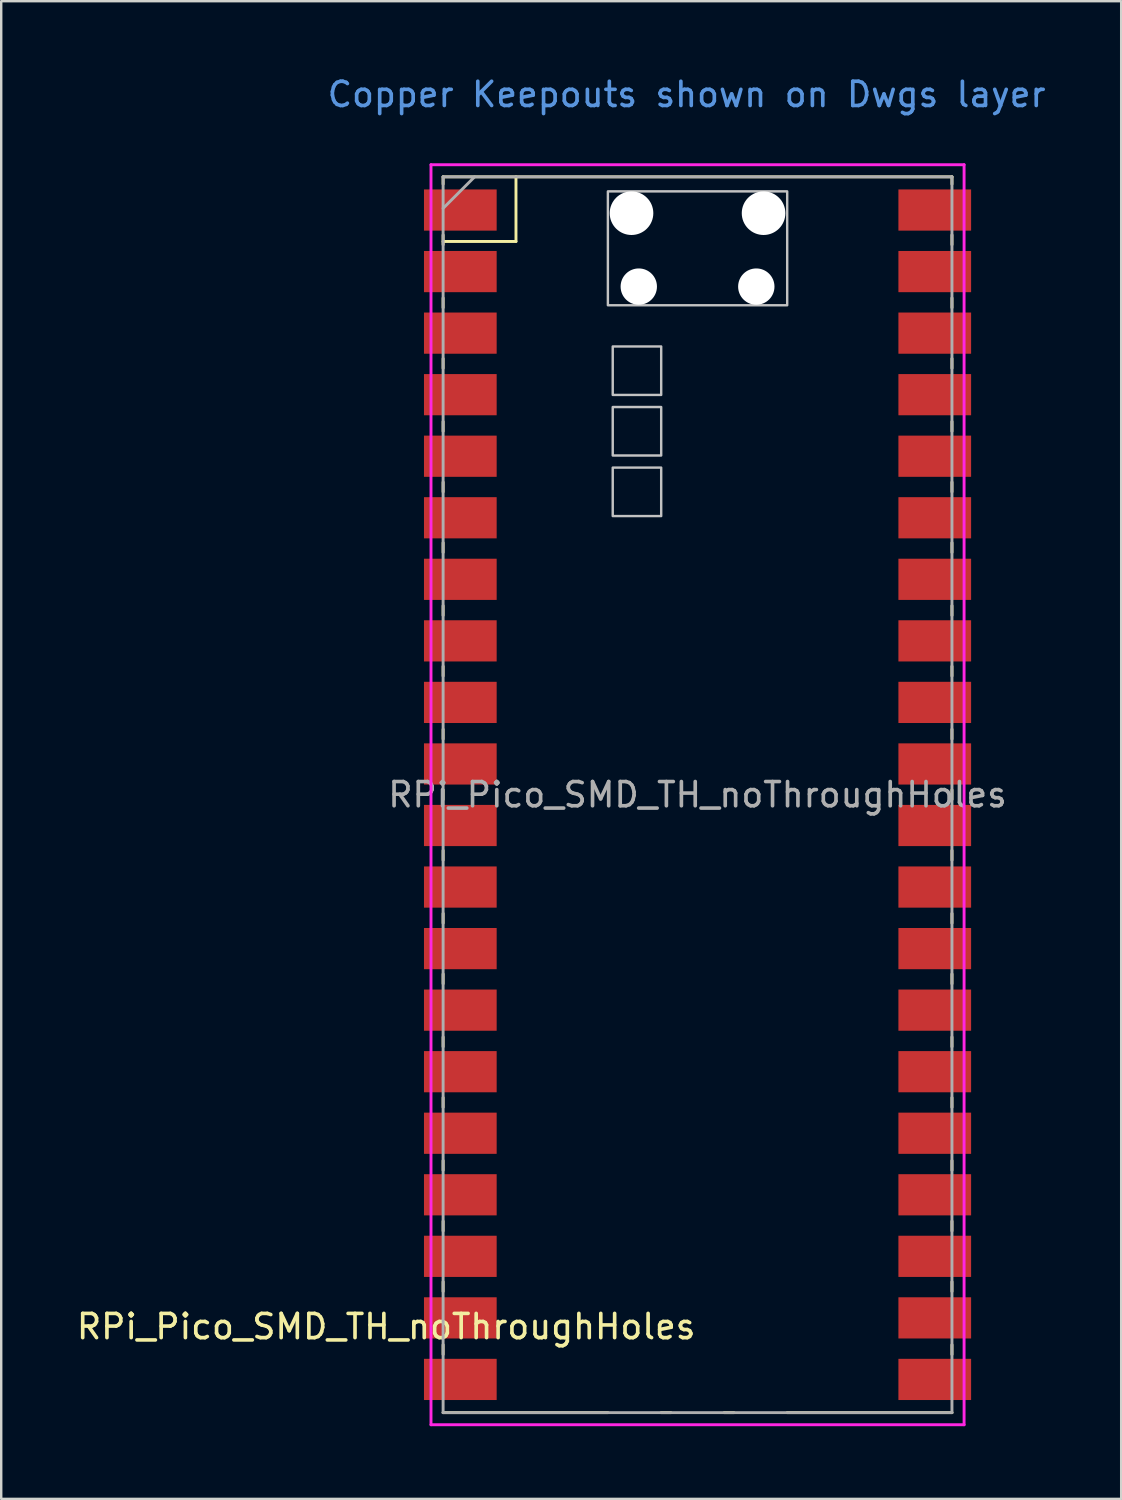
<source format=kicad_pcb>
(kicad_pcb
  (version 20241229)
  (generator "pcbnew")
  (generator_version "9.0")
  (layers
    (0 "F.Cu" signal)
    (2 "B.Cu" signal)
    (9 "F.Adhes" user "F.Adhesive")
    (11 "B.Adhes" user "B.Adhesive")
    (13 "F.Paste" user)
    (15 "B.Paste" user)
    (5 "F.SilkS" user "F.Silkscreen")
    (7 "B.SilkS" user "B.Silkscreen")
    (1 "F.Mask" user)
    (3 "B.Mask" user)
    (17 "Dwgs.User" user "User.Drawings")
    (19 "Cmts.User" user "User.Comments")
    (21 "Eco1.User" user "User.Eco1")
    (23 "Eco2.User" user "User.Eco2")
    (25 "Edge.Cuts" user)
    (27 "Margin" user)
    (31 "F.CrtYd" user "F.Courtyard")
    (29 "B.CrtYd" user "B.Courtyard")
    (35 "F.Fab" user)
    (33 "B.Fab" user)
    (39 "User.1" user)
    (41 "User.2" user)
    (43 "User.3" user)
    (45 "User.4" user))
  (footprint "RPi_Pico_SMD_TH_noThroughHoles"
    (layer "F.Cu")
    (at 25.737 29.748)
    (property "Reference" "RPi_Pico_SMD_TH_noThroughHoles" (at -12.85 21.95 0) (layer "F.SilkS") (effects (font (size 1 1) (thickness 0.15))))
    (attr through_hole)
    (fp_line (start -10.5 -25.5) (end -10.5 -25.2) (stroke (width 0.12) (type solid)) (layer "F.SilkS"))
    (fp_line (start -10.5 -25.5) (end 10.5 -25.5) (stroke (width 0.12) (type solid)) (layer "F.SilkS"))
    (fp_line (start -10.5 -23.1) (end -10.5 -22.7) (stroke (width 0.12) (type solid)) (layer "F.SilkS"))
    (fp_line (start -10.5 -22.833) (end -7.493 -22.833) (stroke (width 0.12) (type solid)) (layer "F.SilkS"))
    (fp_line (start -10.5 -20.5) (end -10.5 -20.1) (stroke (width 0.12) (type solid)) (layer "F.SilkS"))
    (fp_line (start -10.5 -18) (end -10.5 -17.6) (stroke (width 0.12) (type solid)) (layer "F.SilkS"))
    (fp_line (start -10.5 -15.4) (end -10.5 -15) (stroke (width 0.12) (type solid)) (layer "F.SilkS"))
    (fp_line (start -10.5 -12.9) (end -10.5 -12.5) (stroke (width 0.12) (type solid)) (layer "F.SilkS"))
    (fp_line (start -10.5 -10.4) (end -10.5 -10) (stroke (width 0.12) (type solid)) (layer "F.SilkS"))
    (fp_line (start -10.5 -7.8) (end -10.5 -7.4) (stroke (width 0.12) (type solid)) (layer "F.SilkS"))
    (fp_line (start -10.5 -5.3) (end -10.5 -4.9) (stroke (width 0.12) (type solid)) (layer "F.SilkS"))
    (fp_line (start -10.5 -2.7) (end -10.5 -2.3) (stroke (width 0.12) (type solid)) (layer "F.SilkS"))
    (fp_line (start -10.5 -0.2) (end -10.5 0.2) (stroke (width 0.12) (type solid)) (layer "F.SilkS"))
    (fp_line (start -10.5 2.3) (end -10.5 2.7) (stroke (width 0.12) (type solid)) (layer "F.SilkS"))
    (fp_line (start -10.5 4.9) (end -10.5 5.3) (stroke (width 0.12) (type solid)) (layer "F.SilkS"))
    (fp_line (start -10.5 7.4) (end -10.5 7.8) (stroke (width 0.12) (type solid)) (layer "F.SilkS"))
    (fp_line (start -10.5 10) (end -10.5 10.4) (stroke (width 0.12) (type solid)) (layer "F.SilkS"))
    (fp_line (start -10.5 12.5) (end -10.5 12.9) (stroke (width 0.12) (type solid)) (layer "F.SilkS"))
    (fp_line (start -10.5 15.1) (end -10.5 15.5) (stroke (width 0.12) (type solid)) (layer "F.SilkS"))
    (fp_line (start -10.5 17.6) (end -10.5 18) (stroke (width 0.12) (type solid)) (layer "F.SilkS"))
    (fp_line (start -10.5 20.1) (end -10.5 20.5) (stroke (width 0.12) (type solid)) (layer "F.SilkS"))
    (fp_line (start -10.5 22.7) (end -10.5 23.1) (stroke (width 0.12) (type solid)) (layer "F.SilkS"))
    (fp_line (start -7.493 -22.833) (end -7.493 -25.5) (stroke (width 0.12) (type solid)) (layer "F.SilkS"))
    (fp_line (start -3.7 25.5) (end -10.5 25.5) (stroke (width 0.12) (type solid)) (layer "F.SilkS"))
    (fp_line (start -1.5 25.5) (end -1.1 25.5) (stroke (width 0.12) (type solid)) (layer "F.SilkS"))
    (fp_line (start 1.1 25.5) (end 1.5 25.5) (stroke (width 0.12) (type solid)) (layer "F.SilkS"))
    (fp_line (start 10.5 -25.5) (end 10.5 -25.2) (stroke (width 0.12) (type solid)) (layer "F.SilkS"))
    (fp_line (start 10.5 -23.1) (end 10.5 -22.7) (stroke (width 0.12) (type solid)) (layer "F.SilkS"))
    (fp_line (start 10.5 -20.5) (end 10.5 -20.1) (stroke (width 0.12) (type solid)) (layer "F.SilkS"))
    (fp_line (start 10.5 -18) (end 10.5 -17.6) (stroke (width 0.12) (type solid)) (layer "F.SilkS"))
    (fp_line (start 10.5 -15.4) (end 10.5 -15) (stroke (width 0.12) (type solid)) (layer "F.SilkS"))
    (fp_line (start 10.5 -12.9) (end 10.5 -12.5) (stroke (width 0.12) (type solid)) (layer "F.SilkS"))
    (fp_line (start 10.5 -10.4) (end 10.5 -10) (stroke (width 0.12) (type solid)) (layer "F.SilkS"))
    (fp_line (start 10.5 -7.8) (end 10.5 -7.4) (stroke (width 0.12) (type solid)) (layer "F.SilkS"))
    (fp_line (start 10.5 -5.3) (end 10.5 -4.9) (stroke (width 0.12) (type solid)) (layer "F.SilkS"))
    (fp_line (start 10.5 -2.7) (end 10.5 -2.3) (stroke (width 0.12) (type solid)) (layer "F.SilkS"))
    (fp_line (start 10.5 -0.2) (end 10.5 0.2) (stroke (width 0.12) (type solid)) (layer "F.SilkS"))
    (fp_line (start 10.5 2.3) (end 10.5 2.7) (stroke (width 0.12) (type solid)) (layer "F.SilkS"))
    (fp_line (start 10.5 4.9) (end 10.5 5.3) (stroke (width 0.12) (type solid)) (layer "F.SilkS"))
    (fp_line (start 10.5 7.4) (end 10.5 7.8) (stroke (width 0.12) (type solid)) (layer "F.SilkS"))
    (fp_line (start 10.5 10) (end 10.5 10.4) (stroke (width 0.12) (type solid)) (layer "F.SilkS"))
    (fp_line (start 10.5 12.5) (end 10.5 12.9) (stroke (width 0.12) (type solid)) (layer "F.SilkS"))
    (fp_line (start 10.5 15.1) (end 10.5 15.5) (stroke (width 0.12) (type solid)) (layer "F.SilkS"))
    (fp_line (start 10.5 17.6) (end 10.5 18) (stroke (width 0.12) (type solid)) (layer "F.SilkS"))
    (fp_line (start 10.5 20.1) (end 10.5 20.5) (stroke (width 0.12) (type solid)) (layer "F.SilkS"))
    (fp_line (start 10.5 22.7) (end 10.5 23.1) (stroke (width 0.12) (type solid)) (layer "F.SilkS"))
    (fp_line (start 10.5 25.5) (end 3.7 25.5) (stroke (width 0.12) (type solid)) (layer "F.SilkS"))
    (fp_poly (pts (xy -1.5 -16.5) (xy -3.5 -16.5) (xy -3.5 -18.5) (xy -1.5 -18.5)) (stroke (width 0.1) (type solid)) (fill no) (layer "Dwgs.User"))
    (fp_poly (pts (xy -1.5 -14) (xy -3.5 -14) (xy -3.5 -16) (xy -1.5 -16)) (stroke (width 0.1) (type solid)) (fill no) (layer "Dwgs.User"))
    (fp_poly (pts (xy -1.5 -11.5) (xy -3.5 -11.5) (xy -3.5 -13.5) (xy -1.5 -13.5)) (stroke (width 0.1) (type solid)) (fill no) (layer "Dwgs.User"))
    (fp_poly (pts (xy 3.7 -20.2) (xy -3.7 -20.2) (xy -3.7 -24.9) (xy 3.7 -24.9)) (stroke (width 0.1) (type solid)) (fill no) (layer "Dwgs.User"))
    (fp_line (start -11 -26) (end 11 -26) (stroke (width 0.12) (type solid)) (layer "F.CrtYd"))
    (fp_line (start -11 26) (end -11 -26) (stroke (width 0.12) (type solid)) (layer "F.CrtYd"))
    (fp_line (start 11 -26) (end 11 26) (stroke (width 0.12) (type solid)) (layer "F.CrtYd"))
    (fp_line (start 11 26) (end -11 26) (stroke (width 0.12) (type solid)) (layer "F.CrtYd"))
    (fp_line (start -10.5 -25.5) (end 10.5 -25.5) (stroke (width 0.12) (type solid)) (layer "F.Fab"))
    (fp_line (start -10.5 -24.2) (end -9.2 -25.5) (stroke (width 0.12) (type solid)) (layer "F.Fab"))
    (fp_line (start -10.5 25.5) (end -10.5 -25.5) (stroke (width 0.12) (type solid)) (layer "F.Fab"))
    (fp_line (start 10.5 -25.5) (end 10.5 25.5) (stroke (width 0.12) (type solid)) (layer "F.Fab"))
    (fp_line (start 10.5 25.5) (end -10.5 25.5) (stroke (width 0.12) (type solid)) (layer "F.Fab"))
    (fp_text user "Copper Keepouts shown on Dwgs layer" (at -0.45 -28.9 0) (layer "Cmts.User") (effects (font (size 1 1) (thickness 0.15))))
    (fp_text user "${REFERENCE}" (at 0 0 180) (layer "F.Fab") (effects (font (size 1 1) (thickness 0.15))))
    (pad "" np_thru_hole oval (at -2.725 -24) (size 1.8 1.8) (drill 1.8) (layers "*.Cu" "*.Mask"))
    (pad "" np_thru_hole oval (at -2.425 -20.97) (size 1.5 1.5) (drill 1.5) (layers "*.Cu" "*.Mask"))
    (pad "" np_thru_hole oval (at 2.425 -20.97) (size 1.5 1.5) (drill 1.5) (layers "*.Cu" "*.Mask"))
    (pad "" np_thru_hole oval (at 2.725 -24) (size 1.8 1.8) (drill 1.8) (layers "*.Cu" "*.Mask"))
    (pad "1" smd rect (at -8.89 -24.13) (size 3 1.7) (drill (offset -0.9 0)) (layers "F.Cu" "F.Mask"))
    (pad "2" smd rect (at -8.89 -21.59) (size 3 1.7) (drill (offset -0.9 0)) (layers "F.Cu" "F.Mask"))
    (pad "3" smd rect (at -8.89 -19.05) (size 3 1.7) (drill (offset -0.9 0)) (layers "F.Cu" "F.Mask"))
    (pad "4" smd rect (at -8.89 -16.51) (size 3 1.7) (drill (offset -0.9 0)) (layers "F.Cu" "F.Mask"))
    (pad "5" smd rect (at -8.89 -13.97) (size 3 1.7) (drill (offset -0.9 0)) (layers "F.Cu" "F.Mask"))
    (pad "6" smd rect (at -8.89 -11.43) (size 3 1.7) (drill (offset -0.9 0)) (layers "F.Cu" "F.Mask"))
    (pad "7" smd rect (at -8.89 -8.89) (size 3 1.7) (drill (offset -0.9 0)) (layers "F.Cu" "F.Mask"))
    (pad "8" smd rect (at -8.89 -6.35) (size 3 1.7) (drill (offset -0.9 0)) (layers "F.Cu" "F.Mask"))
    (pad "9" smd rect (at -8.89 -3.81) (size 3 1.7) (drill (offset -0.9 0)) (layers "F.Cu" "F.Mask"))
    (pad "10" smd rect (at -8.89 -1.27) (size 3 1.7) (drill (offset -0.9 0)) (layers "F.Cu" "F.Mask"))
    (pad "11" smd rect (at -8.89 1.27) (size 3 1.7) (drill (offset -0.9 0)) (layers "F.Cu" "F.Mask"))
    (pad "12" smd rect (at -8.89 3.81) (size 3 1.7) (drill (offset -0.9 0)) (layers "F.Cu" "F.Mask"))
    (pad "13" smd rect (at -8.89 6.35) (size 3 1.7) (drill (offset -0.9 0)) (layers "F.Cu" "F.Mask"))
    (pad "14" smd rect (at -8.89 8.89) (size 3 1.7) (drill (offset -0.9 0)) (layers "F.Cu" "F.Mask"))
    (pad "15" smd rect (at -8.89 11.43) (size 3 1.7) (drill (offset -0.9 0)) (layers "F.Cu" "F.Mask"))
    (pad "16" smd rect (at -8.89 13.97) (size 3 1.7) (drill (offset -0.9 0)) (layers "F.Cu" "F.Mask"))
    (pad "17" smd rect (at -8.89 16.51) (size 3 1.7) (drill (offset -0.9 0)) (layers "F.Cu" "F.Mask"))
    (pad "18" smd rect (at -8.89 19.05) (size 3 1.7) (drill (offset -0.9 0)) (layers "F.Cu" "F.Mask"))
    (pad "19" smd rect (at -8.89 21.59) (size 3 1.7) (drill (offset -0.9 0)) (layers "F.Cu" "F.Mask"))
    (pad "20" smd rect (at -8.89 24.13) (size 3 1.7) (drill (offset -0.9 0)) (layers "F.Cu" "F.Mask"))
    (pad "21" smd rect (at 8.89 24.13) (size 3 1.7) (drill (offset 0.9 0)) (layers "F.Cu" "F.Mask"))
    (pad "22" smd rect (at 8.89 21.59) (size 3 1.7) (drill (offset 0.9 0)) (layers "F.Cu" "F.Mask"))
    (pad "23" smd rect (at 8.89 19.05) (size 3 1.7) (drill (offset 0.9 0)) (layers "F.Cu" "F.Mask"))
    (pad "24" smd rect (at 8.89 16.51) (size 3 1.7) (drill (offset 0.9 0)) (layers "F.Cu" "F.Mask"))
    (pad "25" smd rect (at 8.89 13.97) (size 3 1.7) (drill (offset 0.9 0)) (layers "F.Cu" "F.Mask"))
    (pad "26" smd rect (at 8.89 11.43) (size 3 1.7) (drill (offset 0.9 0)) (layers "F.Cu" "F.Mask"))
    (pad "27" smd rect (at 8.89 8.89) (size 3 1.7) (drill (offset 0.9 0)) (layers "F.Cu" "F.Mask"))
    (pad "28" smd rect (at 8.89 6.35) (size 3 1.7) (drill (offset 0.9 0)) (layers "F.Cu" "F.Mask"))
    (pad "29" smd rect (at 8.89 3.81) (size 3 1.7) (drill (offset 0.9 0)) (layers "F.Cu" "F.Mask"))
    (pad "30" smd rect (at 8.89 1.27) (size 3 1.7) (drill (offset 0.9 0)) (layers "F.Cu" "F.Mask"))
    (pad "31" smd rect (at 8.89 -1.27) (size 3 1.7) (drill (offset 0.9 0)) (layers "F.Cu" "F.Mask"))
    (pad "32" smd rect (at 8.89 -3.81) (size 3 1.7) (drill (offset 0.9 0)) (layers "F.Cu" "F.Mask"))
    (pad "33" smd rect (at 8.89 -6.35) (size 3 1.7) (drill (offset 0.9 0)) (layers "F.Cu" "F.Mask"))
    (pad "34" smd rect (at 8.89 -8.89) (size 3 1.7) (drill (offset 0.9 0)) (layers "F.Cu" "F.Mask"))
    (pad "35" smd rect (at 8.89 -11.43) (size 3 1.7) (drill (offset 0.9 0)) (layers "F.Cu" "F.Mask"))
    (pad "36" smd rect (at 8.89 -13.97) (size 3 1.7) (drill (offset 0.9 0)) (layers "F.Cu" "F.Mask"))
    (pad "37" smd rect (at 8.89 -16.51) (size 3 1.7) (drill (offset 0.9 0)) (layers "F.Cu" "F.Mask"))
    (pad "38" smd rect (at 8.89 -19.05) (size 3 1.7) (drill (offset 0.9 0)) (layers "F.Cu" "F.Mask"))
    (pad "39" smd rect (at 8.89 -21.59) (size 3 1.7) (drill (offset 0.9 0)) (layers "F.Cu" "F.Mask"))
    (pad "40" smd rect (at 8.89 -24.13) (size 3 1.7) (drill (offset 0.9 0)) (layers "F.Cu" "F.Mask")))
  (gr_rect
    (start -3 -3)
    (end 43.221 58.808)
    (stroke (width 0.1) (type default))
    (fill no)
    (layer "Edge.Cuts")))
</source>
